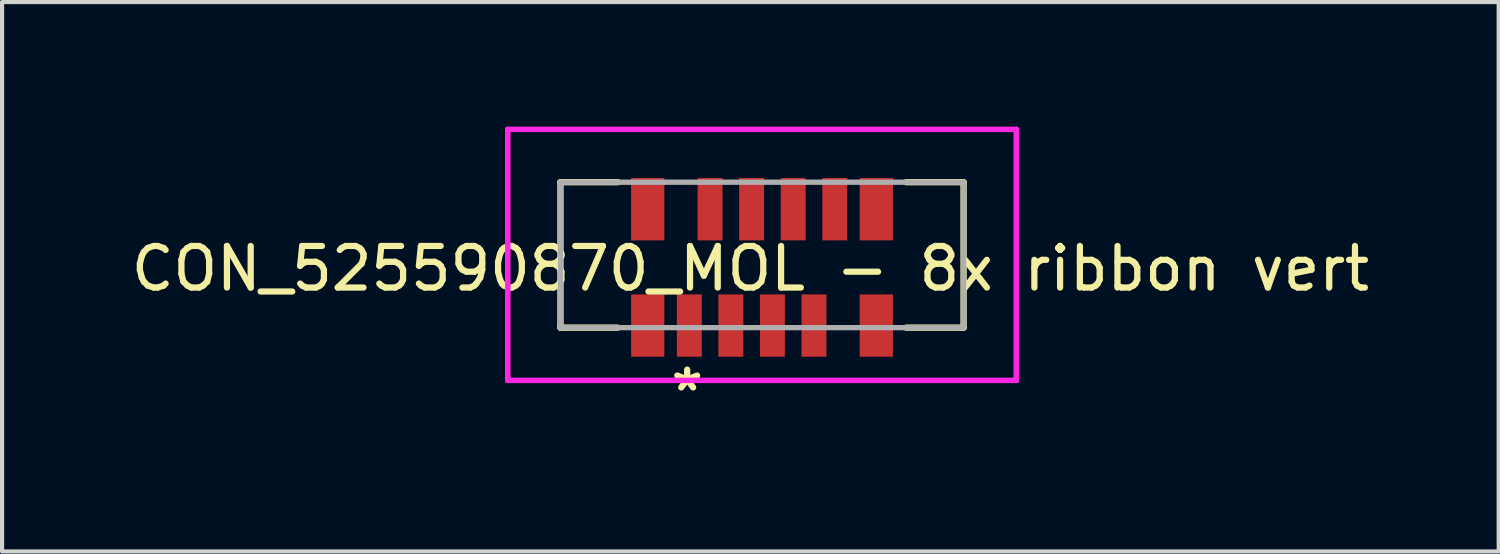
<source format=kicad_pcb>
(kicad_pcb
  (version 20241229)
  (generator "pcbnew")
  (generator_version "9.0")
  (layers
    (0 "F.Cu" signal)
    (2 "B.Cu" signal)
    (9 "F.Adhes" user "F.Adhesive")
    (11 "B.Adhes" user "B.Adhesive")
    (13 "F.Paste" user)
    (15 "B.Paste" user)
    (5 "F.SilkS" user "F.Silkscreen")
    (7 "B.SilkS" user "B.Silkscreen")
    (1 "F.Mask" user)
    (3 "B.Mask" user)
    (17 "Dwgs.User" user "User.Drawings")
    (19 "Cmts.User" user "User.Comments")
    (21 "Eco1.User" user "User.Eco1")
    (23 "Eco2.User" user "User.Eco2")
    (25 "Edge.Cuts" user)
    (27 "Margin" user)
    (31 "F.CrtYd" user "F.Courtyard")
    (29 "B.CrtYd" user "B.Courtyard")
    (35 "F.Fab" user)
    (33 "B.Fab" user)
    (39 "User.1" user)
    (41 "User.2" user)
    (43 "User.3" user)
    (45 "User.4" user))
  (footprint "CON_525590870_MOL - 8x ribbon vert"
    (layer "F.Cu")
    (at 15.286 3.384)
    (property "Reference" "CON_525590870_MOL - 8x ribbon vert" (at -0.28 0.03 0) (unlocked yes) (layer "F.SilkS") (effects (font (size 1 1) (thickness 0.15))))
    (attr smd)
    (fp_line (start -4.85 -2.05) (end -4.85 1.45) (stroke (width 0.152) (type solid)) (layer "F.SilkS"))
    (fp_line (start -4.85 1.45) (end -3.47 1.45) (stroke (width 0.152) (type solid)) (layer "F.SilkS"))
    (fp_line (start -3.47 -2.05) (end -4.85 -2.05) (stroke (width 0.152) (type solid)) (layer "F.SilkS"))
    (fp_line (start 3.47 1.45) (end 4.85 1.45) (stroke (width 0.152) (type solid)) (layer "F.SilkS"))
    (fp_line (start 4.85 -2.05) (end 3.47 -2.05) (stroke (width 0.152) (type solid)) (layer "F.SilkS"))
    (fp_line (start 4.85 1.45) (end 4.85 -2.05) (stroke (width 0.152) (type solid)) (layer "F.SilkS"))
    (fp_line (start -6.12 -3.32) (end -6.12 2.72) (stroke (width 0.127) (type solid)) (layer "F.CrtYd"))
    (fp_line (start -6.12 -3.32) (end -6.12 2.72) (stroke (width 0.127) (type solid)) (layer "F.CrtYd"))
    (fp_line (start -6.12 2.72) (end 6.12 2.72) (stroke (width 0.127) (type solid)) (layer "F.CrtYd"))
    (fp_line (start -6.12 2.72) (end 6.12 2.72) (stroke (width 0.127) (type solid)) (layer "F.CrtYd"))
    (fp_line (start 6.12 -3.32) (end -6.12 -3.32) (stroke (width 0.127) (type solid)) (layer "F.CrtYd"))
    (fp_line (start 6.12 -3.32) (end -6.12 -3.32) (stroke (width 0.127) (type solid)) (layer "F.CrtYd"))
    (fp_line (start 6.12 2.72) (end 6.12 -3.32) (stroke (width 0.127) (type solid)) (layer "F.CrtYd"))
    (fp_line (start 6.12 2.72) (end 6.12 -3.32) (stroke (width 0.127) (type solid)) (layer "F.CrtYd"))
    (fp_line (start -4.85 -2.05) (end -4.85 1.45) (stroke (width 0.127) (type solid)) (layer "F.Fab"))
    (fp_line (start -4.85 1.45) (end 4.85 1.45) (stroke (width 0.127) (type solid)) (layer "F.Fab"))
    (fp_line (start 4.85 -2.05) (end -4.85 -2.05) (stroke (width 0.127) (type solid)) (layer "F.Fab"))
    (fp_line (start 4.85 1.45) (end 4.85 -2.05) (stroke (width 0.127) (type solid)) (layer "F.Fab"))
    (fp_text user "*" (at -2.28 3.59 0) (unlocked yes) (layer "F.SilkS") (effects (font (size 1 1) (thickness 0.15)) (justify left bottom)))
    (pad "1" smd rect (at -1.75 1.4) (size 0.6 1.5) (layers "F.Cu" "F.Mask" "F.Paste"))
    (pad "2" smd rect (at -1.25 -1.4) (size 0.6 1.5) (layers "F.Cu" "F.Mask" "F.Paste"))
    (pad "3" smd rect (at -0.75 1.4) (size 0.6 1.5) (layers "F.Cu" "F.Mask" "F.Paste"))
    (pad "4" smd rect (at -0.25 -1.4) (size 0.6 1.5) (layers "F.Cu" "F.Mask" "F.Paste"))
    (pad "5" smd rect (at 0.25 1.4) (size 0.6 1.5) (layers "F.Cu" "F.Mask" "F.Paste"))
    (pad "6" smd rect (at 0.75 -1.4) (size 0.6 1.5) (layers "F.Cu" "F.Mask" "F.Paste"))
    (pad "7" smd rect (at 1.25 1.4) (size 0.6 1.5) (layers "F.Cu" "F.Mask" "F.Paste"))
    (pad "8" smd rect (at 1.75 -1.4) (size 0.6 1.5) (layers "F.Cu" "F.Mask" "F.Paste"))
    (pad "9" smd rect (at -2.75 -1.4) (size 0.8 1.5) (layers "F.Cu" "F.Mask" "F.Paste"))
    (pad "9" smd rect (at -2.75 1.4) (size 0.8 1.5) (layers "F.Cu" "F.Mask" "F.Paste"))
    (pad "9" smd rect (at 2.75 -1.4) (size 0.8 1.5) (layers "F.Cu" "F.Mask" "F.Paste"))
    (pad "9" smd rect (at 2.75 1.4) (size 0.8 1.5) (layers "F.Cu" "F.Mask" "F.Paste")))
  (gr_rect
    (start -3 -3)
    (end 33.012 10.22)
    (stroke (width 0.1) (type default))
    (fill no)
    (layer "Edge.Cuts")))
</source>
